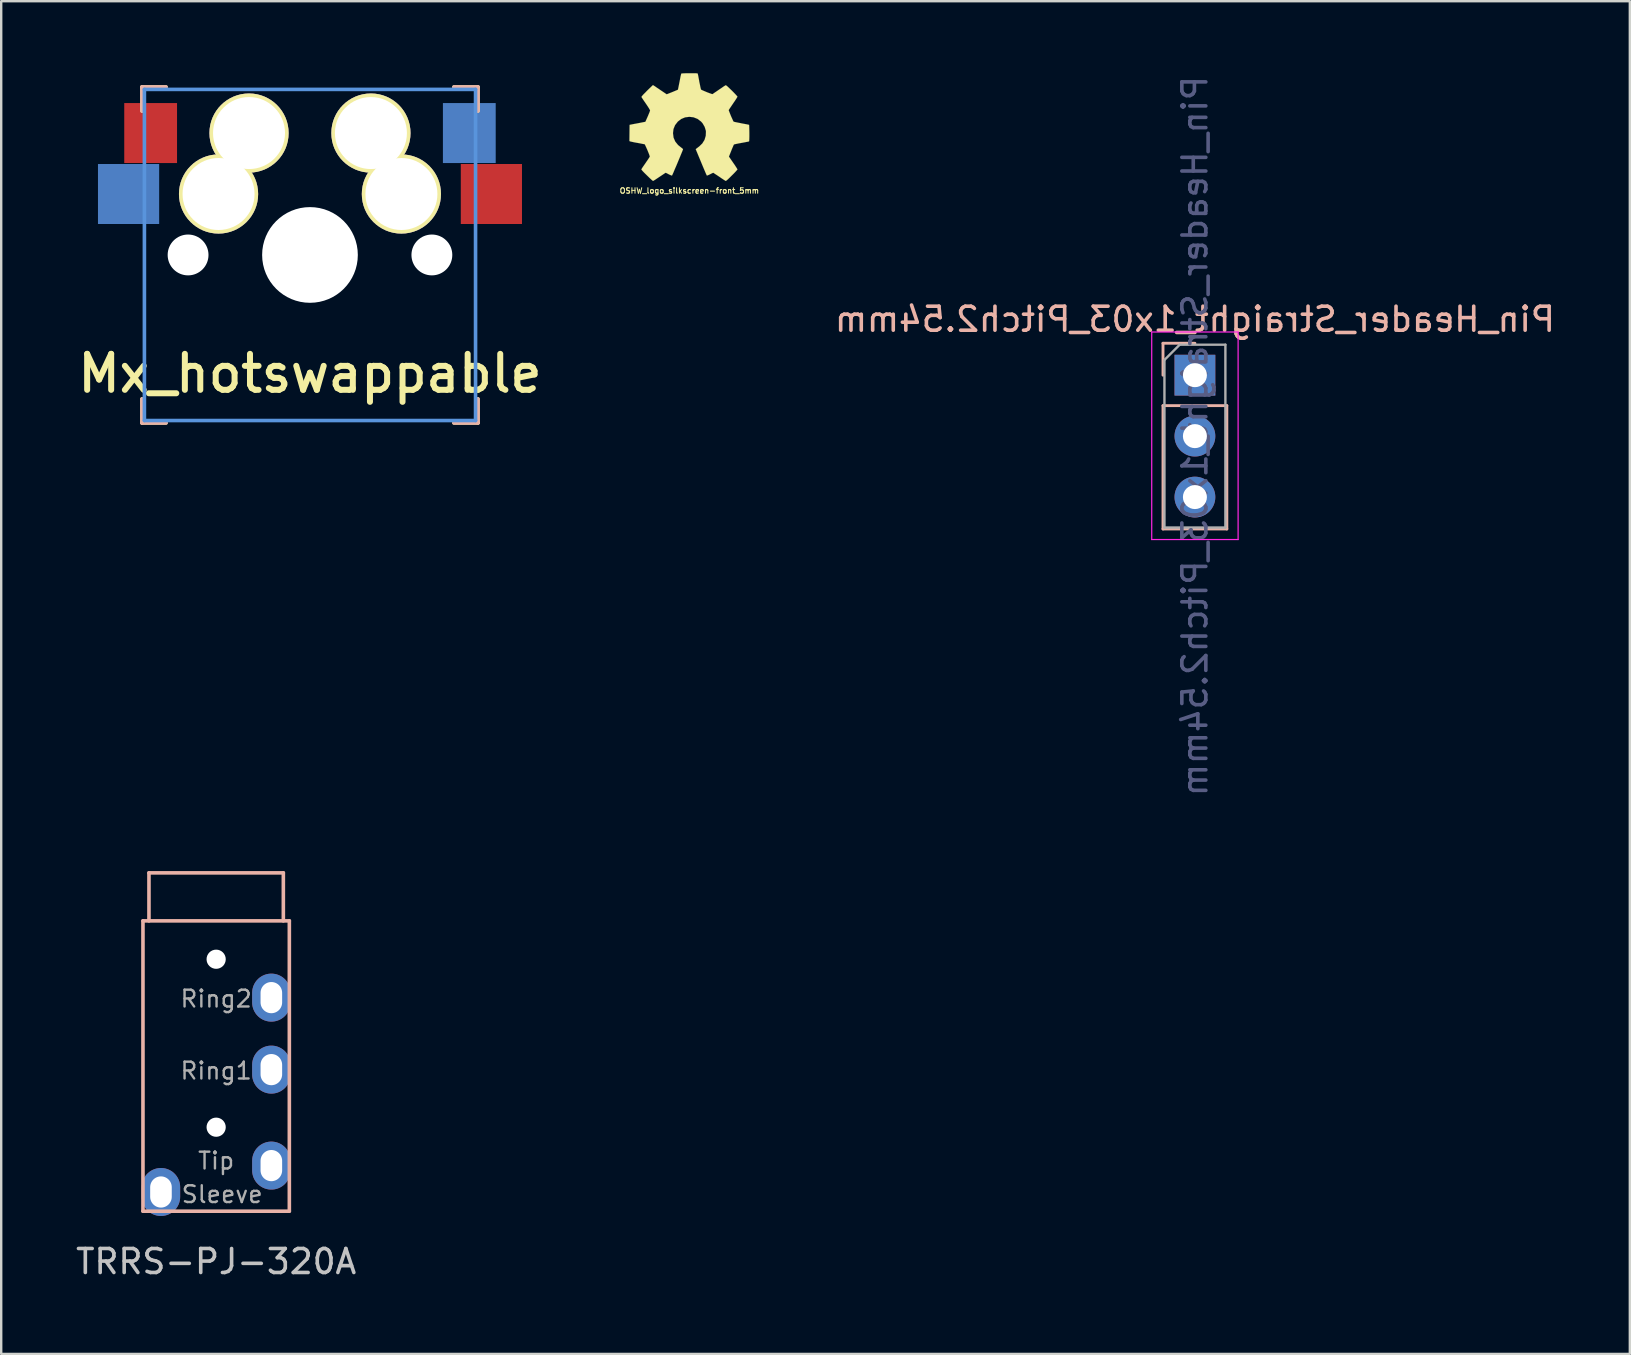
<source format=kicad_pcb>
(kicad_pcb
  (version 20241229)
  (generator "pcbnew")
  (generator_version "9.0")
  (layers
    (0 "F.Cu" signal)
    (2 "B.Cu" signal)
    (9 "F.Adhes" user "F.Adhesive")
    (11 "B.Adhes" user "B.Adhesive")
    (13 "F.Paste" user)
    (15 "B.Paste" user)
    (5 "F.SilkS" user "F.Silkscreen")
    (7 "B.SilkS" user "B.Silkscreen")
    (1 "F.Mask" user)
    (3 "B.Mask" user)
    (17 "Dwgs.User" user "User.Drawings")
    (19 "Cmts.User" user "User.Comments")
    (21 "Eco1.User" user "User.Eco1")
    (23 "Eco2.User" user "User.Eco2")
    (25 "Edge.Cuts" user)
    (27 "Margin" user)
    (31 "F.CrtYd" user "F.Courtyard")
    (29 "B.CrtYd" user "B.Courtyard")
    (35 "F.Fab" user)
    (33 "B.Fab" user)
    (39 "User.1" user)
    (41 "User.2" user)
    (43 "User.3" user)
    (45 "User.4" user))
  (footprint "TRRS-PJ-320A"
    (layer "F.Cu")
    (at 5.958 35.325)
    (property "Reference" "TRRS-PJ-320A" (at 0 14.2 0) (layer "Dwgs.User") (effects (font (size 1 1) (thickness 0.15))))
    (attr through_hole)
    (fp_line (start -3.05 0) (end -3.05 12.1) (stroke (width 0.15) (type solid)) (layer "B.SilkS"))
    (fp_line (start -2.8 0) (end -2.8 -2) (stroke (width 0.15) (type solid)) (layer "B.SilkS"))
    (fp_line (start 2.8 -2) (end -2.8 -2) (stroke (width 0.15) (type solid)) (layer "B.SilkS"))
    (fp_line (start 2.8 0) (end 2.8 -2) (stroke (width 0.15) (type solid)) (layer "B.SilkS"))
    (fp_line (start 3.05 0) (end -3.05 0) (stroke (width 0.15) (type solid)) (layer "B.SilkS"))
    (fp_line (start 3.05 0) (end 3.05 12.1) (stroke (width 0.15) (type solid)) (layer "B.SilkS"))
    (fp_line (start 3.05 12.1) (end -3.05 12.1) (stroke (width 0.15) (type solid)) (layer "B.SilkS"))
    (fp_text user "Tip" (at 0 10 0) (layer "F.Fab") (effects (font (size 0.7 0.7) (thickness 0.1))))
    (fp_text user "Sleeve" (at 0.25 11.4 0) (layer "F.Fab") (effects (font (size 0.7 0.7) (thickness 0.1))))
    (fp_text user "Ring2" (at 0 3.25 0) (layer "F.Fab") (effects (font (size 0.7 0.7) (thickness 0.1))))
    (fp_text user "Ring1" (at 0 6.25 0) (layer "F.Fab") (effects (font (size 0.7 0.7) (thickness 0.1))))
    (pad "" np_thru_hole circle (at 0 1.6) (size 0.8 0.8) (drill 0.8) (layers "*.Cu" "*.Mask"))
    (pad "" np_thru_hole circle (at 0 8.6) (size 0.8 0.8) (drill 0.8) (layers "*.Cu" "*.Mask"))
    (pad "1" thru_hole oval (at -2.3 11.3) (size 1.6 2) (drill oval 0.9 1.3) (layers "*.Cu" "*.Mask"))
    (pad "2" thru_hole oval (at 2.3 10.2) (size 1.6 2) (drill oval 0.9 1.3) (layers "*.Cu" "*.Mask"))
    (pad "3" thru_hole oval (at 2.3 6.2) (size 1.6 2) (drill oval 0.9 1.3) (layers "*.Cu" "*.Mask"))
    (pad "4" thru_hole oval (at 2.3 3.2) (size 1.6 2) (drill oval 0.9 1.3) (layers "*.Cu" "*.Mask")))
  (footprint "Mx_hotswappable"
    (layer "F.Cu")
    (at 9.868 7.575)
    (property "Reference" "Mx_hotswappable" (at 0 4.94 0) (layer "F.SilkS") (effects (font (size 1.5 1.5) (thickness 0.25))))
    (attr through_hole)
    (fp_line (start -7 -7) (end -6 -7) (stroke (width 0.15) (type solid)) (layer "F.SilkS"))
    (fp_line (start -7 -6) (end -7 -7) (stroke (width 0.15) (type solid)) (layer "F.SilkS"))
    (fp_line (start -7 7) (end -7 6) (stroke (width 0.15) (type solid)) (layer "F.SilkS"))
    (fp_line (start -6 7) (end -7 7) (stroke (width 0.15) (type solid)) (layer "F.SilkS"))
    (fp_line (start 6 -7) (end 7 -7) (stroke (width 0.15) (type solid)) (layer "F.SilkS"))
    (fp_line (start 7 -7) (end 7 -6) (stroke (width 0.15) (type solid)) (layer "F.SilkS"))
    (fp_line (start 7 6) (end 7 7) (stroke (width 0.15) (type solid)) (layer "F.SilkS"))
    (fp_line (start 7 7) (end 6 7) (stroke (width 0.15) (type solid)) (layer "F.SilkS"))
    (fp_line (start -7 -7) (end -6 -7) (stroke (width 0.15) (type solid)) (layer "B.SilkS"))
    (fp_line (start -7 -6) (end -7 -7) (stroke (width 0.15) (type solid)) (layer "B.SilkS"))
    (fp_line (start -7 7) (end -7 6) (stroke (width 0.15) (type solid)) (layer "B.SilkS"))
    (fp_line (start -6 7) (end -7 7) (stroke (width 0.15) (type solid)) (layer "B.SilkS"))
    (fp_line (start 6 -7) (end 7 -7) (stroke (width 0.15) (type solid)) (layer "B.SilkS"))
    (fp_line (start 7 -7) (end 7 -6) (stroke (width 0.15) (type solid)) (layer "B.SilkS"))
    (fp_line (start 7 6) (end 7 7) (stroke (width 0.15) (type solid)) (layer "B.SilkS"))
    (fp_line (start 7 7) (end 6 7) (stroke (width 0.15) (type solid)) (layer "B.SilkS"))
    (fp_line (start -6.9 6.9) (end -6.9 -6.9) (stroke (width 0.15) (type solid)) (layer "Cmts.User"))
    (fp_line (start -6.9 6.9) (end 6.9 6.9) (stroke (width 0.15) (type solid)) (layer "Cmts.User"))
    (fp_line (start 6.9 -6.9) (end -6.9 -6.9) (stroke (width 0.15) (type solid)) (layer "Cmts.User"))
    (fp_line (start 6.9 -6.9) (end 6.9 6.9) (stroke (width 0.15) (type solid)) (layer "Cmts.User"))
    (fp_line (start -7.5 -7.5) (end 7.5 -7.5) (stroke (width 0.15) (type solid)) (layer "Eco2.User"))
    (fp_line (start -7.5 7.5) (end -7.5 -7.5) (stroke (width 0.15) (type solid)) (layer "Eco2.User"))
    (fp_line (start 7.5 -7.5) (end 7.5 7.5) (stroke (width 0.15) (type solid)) (layer "Eco2.User"))
    (fp_line (start 7.5 7.5) (end -7.5 7.5) (stroke (width 0.15) (type solid)) (layer "Eco2.User"))
    (pad "" np_thru_hole circle (at -5.08 0) (size 1.702 1.702) (drill 1.702) (layers "*.Cu" "*.Mask"))
    (pad "" np_thru_hole circle (at 0 0) (size 3.988 3.988) (drill 3.988) (layers "*.Cu" "*.Mask"))
    (pad "" np_thru_hole circle (at 5.08 0) (size 1.702 1.702) (drill 1.702) (layers "*.Cu" "*.Mask"))
    (pad "1" smd rect (at -6.64 -5.08) (size 2.2 2.5) (layers "F.Cu" "F.Mask" "F.Paste"))
    (pad "1" thru_hole circle (at -3.81 -2.54 331) (size 3.3 3.3) (drill 3) (layers "*.Cu" "*.Mask" "F.SilkS"))
    (pad "1" thru_hole circle (at -2.54 -5.08) (size 3.3 3.3) (drill 3) (layers "*.Cu" "*.Mask" "F.SilkS"))
    (pad "1" smd rect (at 6.64 -5.08) (size 2.2 2.5) (layers "B.Cu" "B.Mask" "B.Paste"))
    (pad "2" smd rect (at -7.56 -2.54) (size 2.55 2.5) (layers "B.Cu" "B.Mask" "B.Paste"))
    (pad "2" thru_hole circle (at 2.54 -5.08) (size 3.3 3.3) (drill 3) (layers "*.Cu" "*.Mask" "F.SilkS"))
    (pad "2" thru_hole circle (at 3.81 -2.54) (size 3.3 3.3) (drill 3) (layers "*.Cu" "*.Mask" "F.SilkS"))
    (pad "2" smd rect (at 7.56 -2.54) (size 2.55 2.5) (layers "F.Cu" "F.Mask" "F.Paste")))
  (footprint "OSHW_logo_silkscreen-front_5mm"
    (layer "F.Cu")
    (at 25.679 2.247)
    (property "Reference" "OSHW_logo_silkscreen-front_5mm" (at 0 2.652 0) (layer "F.SilkS") (effects (font (size 0.226 0.226) (thickness 0.043))))
    (attr through_hole)
    (fp_poly (pts (xy -1.514 2.245) (xy -1.488 2.23) (xy -1.43 2.195) (xy -1.346 2.139) (xy -1.247 2.073) (xy -1.148 2.007) (xy -1.067 1.953) (xy -1.011 1.915) (xy -0.986 1.902) (xy -0.973 1.908) (xy -0.927 1.93) (xy -0.859 1.966) (xy -0.818 1.986) (xy -0.757 2.012) (xy -0.724 2.019) (xy -0.719 2.009) (xy -0.696 1.961) (xy -0.66 1.88) (xy -0.615 1.77) (xy -0.559 1.643) (xy -0.503 1.509) (xy -0.445 1.369) (xy -0.389 1.234) (xy -0.34 1.115) (xy -0.3 1.019) (xy -0.274 0.95) (xy -0.264 0.922) (xy -0.267 0.914) (xy -0.3 0.884) (xy -0.353 0.843) (xy -0.472 0.747) (xy -0.589 0.602) (xy -0.66 0.437) (xy -0.683 0.251) (xy -0.663 0.081) (xy -0.597 -0.081) (xy -0.483 -0.229) (xy -0.343 -0.338) (xy -0.18 -0.406) (xy 0 -0.429) (xy 0.173 -0.409) (xy 0.34 -0.343) (xy 0.488 -0.231) (xy 0.551 -0.16) (xy 0.638 -0.01) (xy 0.686 0.147) (xy 0.691 0.188) (xy 0.683 0.363) (xy 0.632 0.533) (xy 0.538 0.683) (xy 0.409 0.808) (xy 0.394 0.818) (xy 0.335 0.864) (xy 0.295 0.894) (xy 0.264 0.919) (xy 0.488 1.458) (xy 0.523 1.542) (xy 0.584 1.689) (xy 0.638 1.816) (xy 0.681 1.918) (xy 0.711 1.984) (xy 0.724 2.012) (xy 0.724 2.014) (xy 0.744 2.017) (xy 0.785 2.002) (xy 0.861 1.966) (xy 0.909 1.941) (xy 0.968 1.913) (xy 0.993 1.902) (xy 1.016 1.915) (xy 1.069 1.951) (xy 1.151 2.004) (xy 1.247 2.068) (xy 1.339 2.131) (xy 1.422 2.187) (xy 1.483 2.225) (xy 1.514 2.243) (xy 1.519 2.243) (xy 1.544 2.228) (xy 1.593 2.187) (xy 1.666 2.118) (xy 1.77 2.014) (xy 1.786 1.999) (xy 1.872 1.913) (xy 1.941 1.839) (xy 1.986 1.788) (xy 2.004 1.765) (xy 1.989 1.735) (xy 1.951 1.674) (xy 1.895 1.587) (xy 1.826 1.488) (xy 1.648 1.229) (xy 1.745 0.986) (xy 1.775 0.909) (xy 1.814 0.82) (xy 1.841 0.754) (xy 1.857 0.726) (xy 1.882 0.716) (xy 1.951 0.701) (xy 2.047 0.681) (xy 2.162 0.66) (xy 2.273 0.64) (xy 2.372 0.62) (xy 2.443 0.607) (xy 2.477 0.599) (xy 2.484 0.594) (xy 2.492 0.579) (xy 2.494 0.546) (xy 2.497 0.485) (xy 2.499 0.391) (xy 2.499 0.251) (xy 2.499 0.236) (xy 2.497 0.107) (xy 2.494 0) (xy 2.492 -0.066) (xy 2.487 -0.094) (xy 2.456 -0.102) (xy 2.385 -0.117) (xy 2.286 -0.135) (xy 2.167 -0.157) (xy 2.159 -0.16) (xy 2.042 -0.183) (xy 1.943 -0.203) (xy 1.872 -0.218) (xy 1.844 -0.229) (xy 1.836 -0.236) (xy 1.814 -0.282) (xy 1.781 -0.356) (xy 1.74 -0.445) (xy 1.702 -0.538) (xy 1.669 -0.622) (xy 1.646 -0.683) (xy 1.638 -0.711) (xy 1.641 -0.714) (xy 1.659 -0.742) (xy 1.699 -0.803) (xy 1.755 -0.886) (xy 1.824 -0.988) (xy 1.829 -0.996) (xy 1.897 -1.095) (xy 1.953 -1.181) (xy 1.989 -1.24) (xy 2.004 -1.267) (xy 2.004 -1.27) (xy 1.981 -1.3) (xy 1.93 -1.356) (xy 1.857 -1.433) (xy 1.77 -1.521) (xy 1.742 -1.547) (xy 1.643 -1.643) (xy 1.577 -1.704) (xy 1.534 -1.737) (xy 1.514 -1.745) (xy 1.483 -1.727) (xy 1.42 -1.687) (xy 1.336 -1.628) (xy 1.234 -1.56) (xy 1.227 -1.554) (xy 1.128 -1.486) (xy 1.044 -1.43) (xy 0.986 -1.389) (xy 0.958 -1.374) (xy 0.955 -1.374) (xy 0.914 -1.387) (xy 0.843 -1.412) (xy 0.754 -1.445) (xy 0.663 -1.483) (xy 0.579 -1.519) (xy 0.516 -1.547) (xy 0.485 -1.565) (xy 0.475 -1.6) (xy 0.457 -1.676) (xy 0.437 -1.778) (xy 0.411 -1.9) (xy 0.409 -1.92) (xy 0.386 -2.04) (xy 0.368 -2.139) (xy 0.353 -2.207) (xy 0.345 -2.235) (xy 0.33 -2.238) (xy 0.272 -2.243) (xy 0.183 -2.245) (xy 0.074 -2.245) (xy -0.038 -2.245) (xy -0.147 -2.243) (xy -0.241 -2.24) (xy -0.31 -2.235) (xy -0.338 -2.23) (xy -0.338 -2.228) (xy -0.348 -2.189) (xy -0.366 -2.116) (xy -0.386 -2.012) (xy -0.409 -1.89) (xy -0.414 -1.867) (xy -0.437 -1.75) (xy -0.457 -1.651) (xy -0.47 -1.585) (xy -0.478 -1.557) (xy -0.49 -1.552) (xy -0.538 -1.532) (xy -0.617 -1.499) (xy -0.716 -1.458) (xy -0.945 -1.367) (xy -1.227 -1.557) (xy -1.252 -1.575) (xy -1.354 -1.643) (xy -1.435 -1.699) (xy -1.494 -1.737) (xy -1.516 -1.75) (xy -1.519 -1.75) (xy -1.547 -1.725) (xy -1.603 -1.671) (xy -1.679 -1.598) (xy -1.768 -1.511) (xy -1.831 -1.445) (xy -1.91 -1.367) (xy -1.958 -1.313) (xy -1.986 -1.28) (xy -1.994 -1.26) (xy -1.991 -1.245) (xy -1.974 -1.217) (xy -1.933 -1.156) (xy -1.875 -1.069) (xy -1.806 -0.97) (xy -1.75 -0.886) (xy -1.689 -0.792) (xy -1.651 -0.726) (xy -1.636 -0.693) (xy -1.641 -0.681) (xy -1.659 -0.625) (xy -1.694 -0.541) (xy -1.735 -0.442) (xy -1.834 -0.221) (xy -1.979 -0.193) (xy -2.068 -0.175) (xy -2.189 -0.152) (xy -2.309 -0.13) (xy -2.492 -0.094) (xy -2.499 0.582) (xy -2.471 0.594) (xy -2.443 0.602) (xy -2.375 0.617) (xy -2.278 0.638) (xy -2.162 0.658) (xy -2.065 0.676) (xy -1.966 0.696) (xy -1.895 0.709) (xy -1.864 0.716) (xy -1.854 0.726) (xy -1.831 0.775) (xy -1.796 0.851) (xy -1.755 0.942) (xy -1.717 1.036) (xy -1.681 1.125) (xy -1.659 1.191) (xy -1.648 1.224) (xy -1.661 1.252) (xy -1.699 1.311) (xy -1.753 1.392) (xy -1.821 1.491) (xy -1.887 1.587) (xy -1.946 1.671) (xy -1.984 1.732) (xy -2.002 1.76) (xy -1.991 1.778) (xy -1.953 1.826) (xy -1.88 1.902) (xy -1.768 2.012) (xy -1.75 2.029) (xy -1.664 2.113) (xy -1.59 2.182) (xy -1.537 2.228) (xy -1.514 2.245)) (stroke (width 0.003) (type solid)) (fill yes) (layer "F.SilkS")))
  (footprint "Pin_Header_Straight_1x03_Pitch2.54mm"
    (layer "F.Cu")
    (at 46.747 12.585)
    (property "Reference" "Pin_Header_Straight_1x03_Pitch2.54mm" (at 0 -2.33 0) (layer "B.SilkS") (effects (font (size 1 1) (thickness 0.15)) (justify mirror)))
    (attr through_hole)
    (fp_line (start -1.33 -1.33) (end 0 -1.33) (stroke (width 0.12) (type solid)) (layer "B.SilkS"))
    (fp_line (start -1.33 0) (end -1.33 -1.33) (stroke (width 0.12) (type solid)) (layer "B.SilkS"))
    (fp_line (start -1.33 1.27) (end -1.33 6.41) (stroke (width 0.12) (type solid)) (layer "B.SilkS"))
    (fp_line (start -1.33 1.27) (end 1.33 1.27) (stroke (width 0.12) (type solid)) (layer "B.SilkS"))
    (fp_line (start -1.33 6.41) (end 1.33 6.41) (stroke (width 0.12) (type solid)) (layer "B.SilkS"))
    (fp_line (start 1.33 1.27) (end 1.33 6.41) (stroke (width 0.12) (type solid)) (layer "B.SilkS"))
    (fp_line (start -1.8 -1.8) (end -1.8 6.85) (stroke (width 0.05) (type solid)) (layer "F.CrtYd"))
    (fp_line (start -1.8 6.85) (end 1.8 6.85) (stroke (width 0.05) (type solid)) (layer "F.CrtYd"))
    (fp_line (start 1.8 -1.8) (end -1.8 -1.8) (stroke (width 0.05) (type solid)) (layer "F.CrtYd"))
    (fp_line (start 1.8 6.85) (end 1.8 -1.8) (stroke (width 0.05) (type solid)) (layer "F.CrtYd"))
    (fp_line (start -1.27 -0.635) (end -0.635 -1.27) (stroke (width 0.1) (type solid)) (layer "F.Fab"))
    (fp_line (start -1.27 6.35) (end -1.27 -0.635) (stroke (width 0.1) (type solid)) (layer "F.Fab"))
    (fp_line (start -0.635 -1.27) (end 1.27 -1.27) (stroke (width 0.1) (type solid)) (layer "F.Fab"))
    (fp_line (start 1.27 -1.27) (end 1.27 6.35) (stroke (width 0.1) (type solid)) (layer "F.Fab"))
    (fp_line (start 1.27 6.35) (end -1.27 6.35) (stroke (width 0.1) (type solid)) (layer "F.Fab"))
    (fp_text user "${REFERENCE}" (at 0 2.54 90) (layer "B.Fab") (effects (font (size 1 1) (thickness 0.15)) (justify mirror)))
    (pad "1" thru_hole rect (at 0 0) (size 1.7 1.7) (drill 1) (layers "*.Cu" "*.Mask"))
    (pad "2" thru_hole oval (at 0 2.54) (size 1.7 1.7) (drill 1) (layers "*.Cu" "*.Mask"))
    (pad "3" thru_hole oval (at 0 5.08) (size 1.7 1.7) (drill 1) (layers "*.Cu" "*.Mask")))
  (gr_rect
    (start -3 -3)
    (end 64.872 53.373)
    (stroke (width 0.1) (type default))
    (fill no)
    (layer "Edge.Cuts")))
</source>
